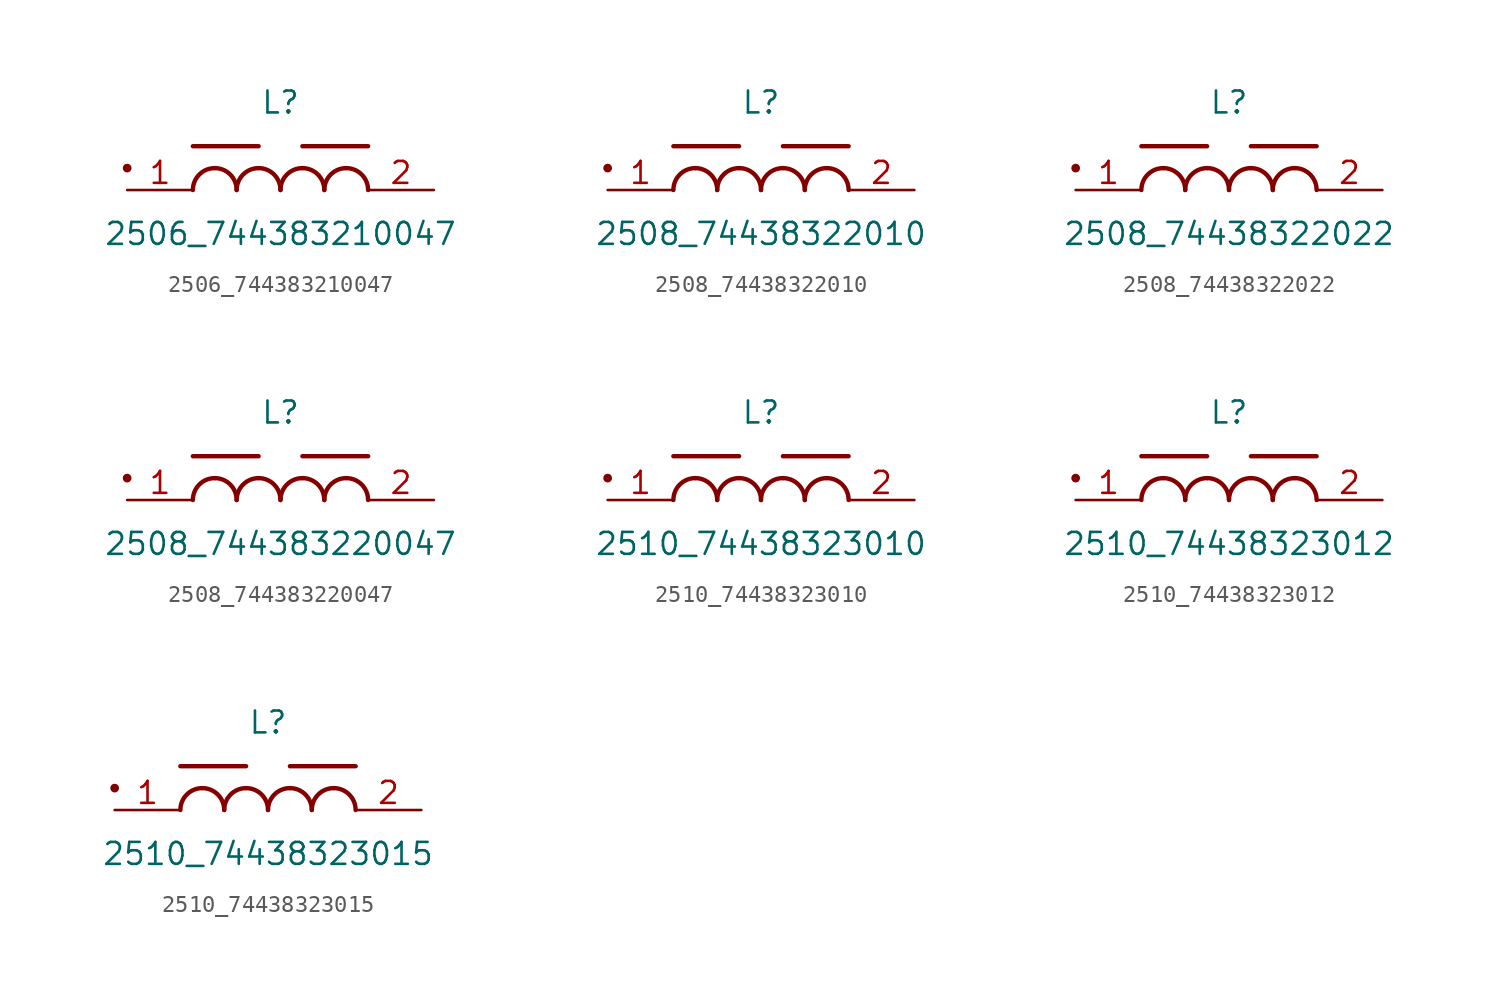
<source format=kicad_sym>
(kicad_symbol_lib
  (version 20211014)
  (generator kicad_symbol_editor)
  (symbol "Inductor_Wurth_WE-MAPI:2506_744383210047"
    (pin_names hide)
    (property "Reference" "L"
      (at 0 5.08 0)
      (effects (font (size 1.27 1.27))))
    (property "Value" "2506_744383210047"
      (at 0 -2.54 0)
      (effects (font (size 1.27 1.27))))
    (symbol "2506_744383210047_0_1"
      (circle (center -8.89 1.27) (radius 0.0001) (stroke (width 0.254)) (stroke (width 0.254) (type default) (color 0 0 0 0)) (fill (type none)))
      (arc (start -3.81 1.27) (mid -4.708 0.898) (end -5.08 0) (stroke (width 0.254) (type default) (color 0 0 0 0)) (fill (type none)))
      (arc (start -2.54 0) (mid -2.912 0.898) (end -3.81 1.27) (stroke (width 0.254) (type default) (color 0 0 0 0)) (fill (type none)))
      (arc (start -1.2699 1.2701) (mid -2.1679 0.8981) (end -2.5399 0.0001) (stroke (width 0.254) (type default) (color 0 0 0 0)) (fill (type none)))
      (polyline (pts (xy -5.08 2.54) (xy -1.27 2.54)) (stroke (width 0.254) (type default) (color 0 0 0 0)) (fill (type none)))
      (polyline (pts (xy 5.08 2.54) (xy 1.27 2.54)) (stroke (width 0.254) (type default) (color 0 0 0 0)) (fill (type none)))
      (arc (start 0.0001 0.0001) (mid -0.3719 0.8981) (end -1.2699 1.2701) (stroke (width 0.254) (type default) (color 0 0 0 0)) (fill (type none)))
      (arc (start 1.2701 1.2701) (mid 0.3721 0.8981) (end 0.0001 0.0001) (stroke (width 0.254) (type default) (color 0 0 0 0)) (fill (type none)))
      (arc (start 2.5401 0.0001) (mid 2.1681 0.8981) (end 1.2701 1.2701) (stroke (width 0.254) (type default) (color 0 0 0 0)) (fill (type none)))
      (arc (start 3.8101 1.2701) (mid 2.9121 0.8981) (end 2.5401 0.0001) (stroke (width 0.254) (type default) (color 0 0 0 0)) (fill (type none)))
      (arc (start 5.0801 0.0001) (mid 4.7081 0.8981) (end 3.8101 1.2701) (stroke (width 0.254) (type default) (color 0 0 0 0)) (fill (type none))))
    (symbol "2506_744383210047_1_1"
      (pin passive line (at -8.89 0 0) (length 3.81) (name "1" (effects (font (size 1.27 1.27)))) (number "1" (effects (font (size 1.27 1.27)))))
      (pin passive line (at 8.89 0 180) (length 3.81) (name "2" (effects (font (size 1.27 1.27)))) (number "2" (effects (font (size 1.27 1.27)))))))
  (symbol "Inductor_Wurth_WE-MAPI:2508_74438322010"
    (pin_names hide)
    (property "Reference" "L"
      (at 0 5.08 0)
      (effects (font (size 1.27 1.27))))
    (property "Value" "2508_74438322010"
      (at 0 -2.54 0)
      (effects (font (size 1.27 1.27))))
    (symbol "2508_74438322010_0_1"
      (circle (center -8.89 1.27) (radius 0.0001) (stroke (width 0.254)) (stroke (width 0.254) (type default) (color 0 0 0 0)) (fill (type none)))
      (arc (start -3.81 1.27) (mid -4.708 0.898) (end -5.08 0) (stroke (width 0.254) (type default) (color 0 0 0 0)) (fill (type none)))
      (arc (start -2.54 0) (mid -2.912 0.898) (end -3.81 1.27) (stroke (width 0.254) (type default) (color 0 0 0 0)) (fill (type none)))
      (arc (start -1.2699 1.2701) (mid -2.1679 0.8981) (end -2.5399 0.0001) (stroke (width 0.254) (type default) (color 0 0 0 0)) (fill (type none)))
      (polyline (pts (xy -5.08 2.54) (xy -1.27 2.54)) (stroke (width 0.254) (type default) (color 0 0 0 0)) (fill (type none)))
      (polyline (pts (xy 5.08 2.54) (xy 1.27 2.54)) (stroke (width 0.254) (type default) (color 0 0 0 0)) (fill (type none)))
      (arc (start 0.0001 0.0001) (mid -0.3719 0.8981) (end -1.2699 1.2701) (stroke (width 0.254) (type default) (color 0 0 0 0)) (fill (type none)))
      (arc (start 1.2701 1.2701) (mid 0.3721 0.8981) (end 0.0001 0.0001) (stroke (width 0.254) (type default) (color 0 0 0 0)) (fill (type none)))
      (arc (start 2.5401 0.0001) (mid 2.1681 0.8981) (end 1.2701 1.2701) (stroke (width 0.254) (type default) (color 0 0 0 0)) (fill (type none)))
      (arc (start 3.8101 1.2701) (mid 2.9121 0.8981) (end 2.5401 0.0001) (stroke (width 0.254) (type default) (color 0 0 0 0)) (fill (type none)))
      (arc (start 5.0801 0.0001) (mid 4.7081 0.8981) (end 3.8101 1.2701) (stroke (width 0.254) (type default) (color 0 0 0 0)) (fill (type none))))
    (symbol "2508_74438322010_1_1"
      (pin passive line (at -8.89 0 0) (length 3.81) (name "1" (effects (font (size 1.27 1.27)))) (number "1" (effects (font (size 1.27 1.27)))))
      (pin passive line (at 8.89 0 180) (length 3.81) (name "2" (effects (font (size 1.27 1.27)))) (number "2" (effects (font (size 1.27 1.27)))))))
  (symbol "Inductor_Wurth_WE-MAPI:2508_74438322022"
    (pin_names hide)
    (property "Reference" "L"
      (at 0 5.08 0)
      (effects (font (size 1.27 1.27))))
    (property "Value" "2508_74438322022"
      (at 0 -2.54 0)
      (effects (font (size 1.27 1.27))))
    (symbol "2508_74438322022_0_1"
      (circle (center -8.89 1.27) (radius 0.0001) (stroke (width 0.254)) (stroke (width 0.254) (type default) (color 0 0 0 0)) (fill (type none)))
      (arc (start -3.81 1.27) (mid -4.708 0.898) (end -5.08 0) (stroke (width 0.254) (type default) (color 0 0 0 0)) (fill (type none)))
      (arc (start -2.54 0) (mid -2.912 0.898) (end -3.81 1.27) (stroke (width 0.254) (type default) (color 0 0 0 0)) (fill (type none)))
      (arc (start -1.2699 1.2701) (mid -2.1679 0.8981) (end -2.5399 0.0001) (stroke (width 0.254) (type default) (color 0 0 0 0)) (fill (type none)))
      (polyline (pts (xy -5.08 2.54) (xy -1.27 2.54)) (stroke (width 0.254) (type default) (color 0 0 0 0)) (fill (type none)))
      (polyline (pts (xy 5.08 2.54) (xy 1.27 2.54)) (stroke (width 0.254) (type default) (color 0 0 0 0)) (fill (type none)))
      (arc (start 0.0001 0.0001) (mid -0.3719 0.8981) (end -1.2699 1.2701) (stroke (width 0.254) (type default) (color 0 0 0 0)) (fill (type none)))
      (arc (start 1.2701 1.2701) (mid 0.3721 0.8981) (end 0.0001 0.0001) (stroke (width 0.254) (type default) (color 0 0 0 0)) (fill (type none)))
      (arc (start 2.5401 0.0001) (mid 2.1681 0.8981) (end 1.2701 1.2701) (stroke (width 0.254) (type default) (color 0 0 0 0)) (fill (type none)))
      (arc (start 3.8101 1.2701) (mid 2.9121 0.8981) (end 2.5401 0.0001) (stroke (width 0.254) (type default) (color 0 0 0 0)) (fill (type none)))
      (arc (start 5.0801 0.0001) (mid 4.7081 0.8981) (end 3.8101 1.2701) (stroke (width 0.254) (type default) (color 0 0 0 0)) (fill (type none))))
    (symbol "2508_74438322022_1_1"
      (pin passive line (at -8.89 0 0) (length 3.81) (name "1" (effects (font (size 1.27 1.27)))) (number "1" (effects (font (size 1.27 1.27)))))
      (pin passive line (at 8.89 0 180) (length 3.81) (name "2" (effects (font (size 1.27 1.27)))) (number "2" (effects (font (size 1.27 1.27)))))))
  (symbol "Inductor_Wurth_WE-MAPI:2508_744383220047"
    (pin_names hide)
    (property "Reference" "L"
      (at 0 5.08 0)
      (effects (font (size 1.27 1.27))))
    (property "Value" "2508_744383220047"
      (at 0 -2.54 0)
      (effects (font (size 1.27 1.27))))
    (symbol "2508_744383220047_0_1"
      (circle (center -8.89 1.27) (radius 0.0001) (stroke (width 0.254)) (stroke (width 0.254) (type default) (color 0 0 0 0)) (fill (type none)))
      (arc (start -3.81 1.27) (mid -4.708 0.898) (end -5.08 0) (stroke (width 0.254) (type default) (color 0 0 0 0)) (fill (type none)))
      (arc (start -2.54 0) (mid -2.912 0.898) (end -3.81 1.27) (stroke (width 0.254) (type default) (color 0 0 0 0)) (fill (type none)))
      (arc (start -1.2699 1.2701) (mid -2.1679 0.8981) (end -2.5399 0.0001) (stroke (width 0.254) (type default) (color 0 0 0 0)) (fill (type none)))
      (polyline (pts (xy -5.08 2.54) (xy -1.27 2.54)) (stroke (width 0.254) (type default) (color 0 0 0 0)) (fill (type none)))
      (polyline (pts (xy 5.08 2.54) (xy 1.27 2.54)) (stroke (width 0.254) (type default) (color 0 0 0 0)) (fill (type none)))
      (arc (start 0.0001 0.0001) (mid -0.3719 0.8981) (end -1.2699 1.2701) (stroke (width 0.254) (type default) (color 0 0 0 0)) (fill (type none)))
      (arc (start 1.2701 1.2701) (mid 0.3721 0.8981) (end 0.0001 0.0001) (stroke (width 0.254) (type default) (color 0 0 0 0)) (fill (type none)))
      (arc (start 2.5401 0.0001) (mid 2.1681 0.8981) (end 1.2701 1.2701) (stroke (width 0.254) (type default) (color 0 0 0 0)) (fill (type none)))
      (arc (start 3.8101 1.2701) (mid 2.9121 0.8981) (end 2.5401 0.0001) (stroke (width 0.254) (type default) (color 0 0 0 0)) (fill (type none)))
      (arc (start 5.0801 0.0001) (mid 4.7081 0.8981) (end 3.8101 1.2701) (stroke (width 0.254) (type default) (color 0 0 0 0)) (fill (type none))))
    (symbol "2508_744383220047_1_1"
      (pin passive line (at -8.89 0 0) (length 3.81) (name "1" (effects (font (size 1.27 1.27)))) (number "1" (effects (font (size 1.27 1.27)))))
      (pin passive line (at 8.89 0 180) (length 3.81) (name "2" (effects (font (size 1.27 1.27)))) (number "2" (effects (font (size 1.27 1.27)))))))
  (symbol "Inductor_Wurth_WE-MAPI:2510_74438323010"
    (pin_names hide)
    (property "Reference" "L"
      (at 0 5.08 0)
      (effects (font (size 1.27 1.27))))
    (property "Value" "2510_74438323010"
      (at 0 -2.54 0)
      (effects (font (size 1.27 1.27))))
    (symbol "2510_74438323010_0_1"
      (circle (center -8.89 1.27) (radius 0.0001) (stroke (width 0.254)) (stroke (width 0.254) (type default) (color 0 0 0 0)) (fill (type none)))
      (arc (start -3.81 1.27) (mid -4.708 0.898) (end -5.08 0) (stroke (width 0.254) (type default) (color 0 0 0 0)) (fill (type none)))
      (arc (start -2.54 0) (mid -2.912 0.898) (end -3.81 1.27) (stroke (width 0.254) (type default) (color 0 0 0 0)) (fill (type none)))
      (arc (start -1.2699 1.2701) (mid -2.1679 0.8981) (end -2.5399 0.0001) (stroke (width 0.254) (type default) (color 0 0 0 0)) (fill (type none)))
      (polyline (pts (xy -5.08 2.54) (xy -1.27 2.54)) (stroke (width 0.254) (type default) (color 0 0 0 0)) (fill (type none)))
      (polyline (pts (xy 5.08 2.54) (xy 1.27 2.54)) (stroke (width 0.254) (type default) (color 0 0 0 0)) (fill (type none)))
      (arc (start 0.0001 0.0001) (mid -0.3719 0.8981) (end -1.2699 1.2701) (stroke (width 0.254) (type default) (color 0 0 0 0)) (fill (type none)))
      (arc (start 1.2701 1.2701) (mid 0.3721 0.8981) (end 0.0001 0.0001) (stroke (width 0.254) (type default) (color 0 0 0 0)) (fill (type none)))
      (arc (start 2.5401 0.0001) (mid 2.1681 0.8981) (end 1.2701 1.2701) (stroke (width 0.254) (type default) (color 0 0 0 0)) (fill (type none)))
      (arc (start 3.8101 1.2701) (mid 2.9121 0.8981) (end 2.5401 0.0001) (stroke (width 0.254) (type default) (color 0 0 0 0)) (fill (type none)))
      (arc (start 5.0801 0.0001) (mid 4.7081 0.8981) (end 3.8101 1.2701) (stroke (width 0.254) (type default) (color 0 0 0 0)) (fill (type none))))
    (symbol "2510_74438323010_1_1"
      (pin passive line (at -8.89 0 0) (length 3.81) (name "1" (effects (font (size 1.27 1.27)))) (number "1" (effects (font (size 1.27 1.27)))))
      (pin passive line (at 8.89 0 180) (length 3.81) (name "2" (effects (font (size 1.27 1.27)))) (number "2" (effects (font (size 1.27 1.27)))))))
  (symbol "Inductor_Wurth_WE-MAPI:2510_74438323012"
    (pin_names hide)
    (property "Reference" "L"
      (at 0 5.08 0)
      (effects (font (size 1.27 1.27))))
    (property "Value" "2510_74438323012"
      (at 0 -2.54 0)
      (effects (font (size 1.27 1.27))))
    (symbol "2510_74438323012_0_1"
      (circle (center -8.89 1.27) (radius 0.0001) (stroke (width 0.254)) (stroke (width 0.254) (type default) (color 0 0 0 0)) (fill (type none)))
      (arc (start -3.81 1.27) (mid -4.708 0.898) (end -5.08 0) (stroke (width 0.254) (type default) (color 0 0 0 0)) (fill (type none)))
      (arc (start -2.54 0) (mid -2.912 0.898) (end -3.81 1.27) (stroke (width 0.254) (type default) (color 0 0 0 0)) (fill (type none)))
      (arc (start -1.2699 1.2701) (mid -2.1679 0.8981) (end -2.5399 0.0001) (stroke (width 0.254) (type default) (color 0 0 0 0)) (fill (type none)))
      (polyline (pts (xy -5.08 2.54) (xy -1.27 2.54)) (stroke (width 0.254) (type default) (color 0 0 0 0)) (fill (type none)))
      (polyline (pts (xy 5.08 2.54) (xy 1.27 2.54)) (stroke (width 0.254) (type default) (color 0 0 0 0)) (fill (type none)))
      (arc (start 0.0001 0.0001) (mid -0.3719 0.8981) (end -1.2699 1.2701) (stroke (width 0.254) (type default) (color 0 0 0 0)) (fill (type none)))
      (arc (start 1.2701 1.2701) (mid 0.3721 0.8981) (end 0.0001 0.0001) (stroke (width 0.254) (type default) (color 0 0 0 0)) (fill (type none)))
      (arc (start 2.5401 0.0001) (mid 2.1681 0.8981) (end 1.2701 1.2701) (stroke (width 0.254) (type default) (color 0 0 0 0)) (fill (type none)))
      (arc (start 3.8101 1.2701) (mid 2.9121 0.8981) (end 2.5401 0.0001) (stroke (width 0.254) (type default) (color 0 0 0 0)) (fill (type none)))
      (arc (start 5.0801 0.0001) (mid 4.7081 0.8981) (end 3.8101 1.2701) (stroke (width 0.254) (type default) (color 0 0 0 0)) (fill (type none))))
    (symbol "2510_74438323012_1_1"
      (pin passive line (at -8.89 0 0) (length 3.81) (name "1" (effects (font (size 1.27 1.27)))) (number "1" (effects (font (size 1.27 1.27)))))
      (pin passive line (at 8.89 0 180) (length 3.81) (name "2" (effects (font (size 1.27 1.27)))) (number "2" (effects (font (size 1.27 1.27)))))))
  (symbol "Inductor_Wurth_WE-MAPI:2510_74438323015"
    (pin_names hide)
    (property "Reference" "L"
      (at 0 5.08 0)
      (effects (font (size 1.27 1.27))))
    (property "Value" "2510_74438323015"
      (at 0 -2.54 0)
      (effects (font (size 1.27 1.27))))
    (symbol "2510_74438323015_0_1"
      (circle (center -8.89 1.27) (radius 0.0001) (stroke (width 0.254)) (stroke (width 0.254) (type default) (color 0 0 0 0)) (fill (type none)))
      (arc (start -3.81 1.27) (mid -4.708 0.898) (end -5.08 0) (stroke (width 0.254) (type default) (color 0 0 0 0)) (fill (type none)))
      (arc (start -2.54 0) (mid -2.912 0.898) (end -3.81 1.27) (stroke (width 0.254) (type default) (color 0 0 0 0)) (fill (type none)))
      (arc (start -1.2699 1.2701) (mid -2.1679 0.8981) (end -2.5399 0.0001) (stroke (width 0.254) (type default) (color 0 0 0 0)) (fill (type none)))
      (polyline (pts (xy -5.08 2.54) (xy -1.27 2.54)) (stroke (width 0.254) (type default) (color 0 0 0 0)) (fill (type none)))
      (polyline (pts (xy 5.08 2.54) (xy 1.27 2.54)) (stroke (width 0.254) (type default) (color 0 0 0 0)) (fill (type none)))
      (arc (start 0.0001 0.0001) (mid -0.3719 0.8981) (end -1.2699 1.2701) (stroke (width 0.254) (type default) (color 0 0 0 0)) (fill (type none)))
      (arc (start 1.2701 1.2701) (mid 0.3721 0.8981) (end 0.0001 0.0001) (stroke (width 0.254) (type default) (color 0 0 0 0)) (fill (type none)))
      (arc (start 2.5401 0.0001) (mid 2.1681 0.8981) (end 1.2701 1.2701) (stroke (width 0.254) (type default) (color 0 0 0 0)) (fill (type none)))
      (arc (start 3.8101 1.2701) (mid 2.9121 0.8981) (end 2.5401 0.0001) (stroke (width 0.254) (type default) (color 0 0 0 0)) (fill (type none)))
      (arc (start 5.0801 0.0001) (mid 4.7081 0.8981) (end 3.8101 1.2701) (stroke (width 0.254) (type default) (color 0 0 0 0)) (fill (type none))))
    (symbol "2510_74438323015_1_1"
      (pin passive line (at -8.89 0 0) (length 3.81) (name "1" (effects (font (size 1.27 1.27)))) (number "1" (effects (font (size 1.27 1.27)))))
      (pin passive line (at 8.89 0 180) (length 3.81) (name "2" (effects (font (size 1.27 1.27)))) (number "2" (effects (font (size 1.27 1.27))))))))
</source>
